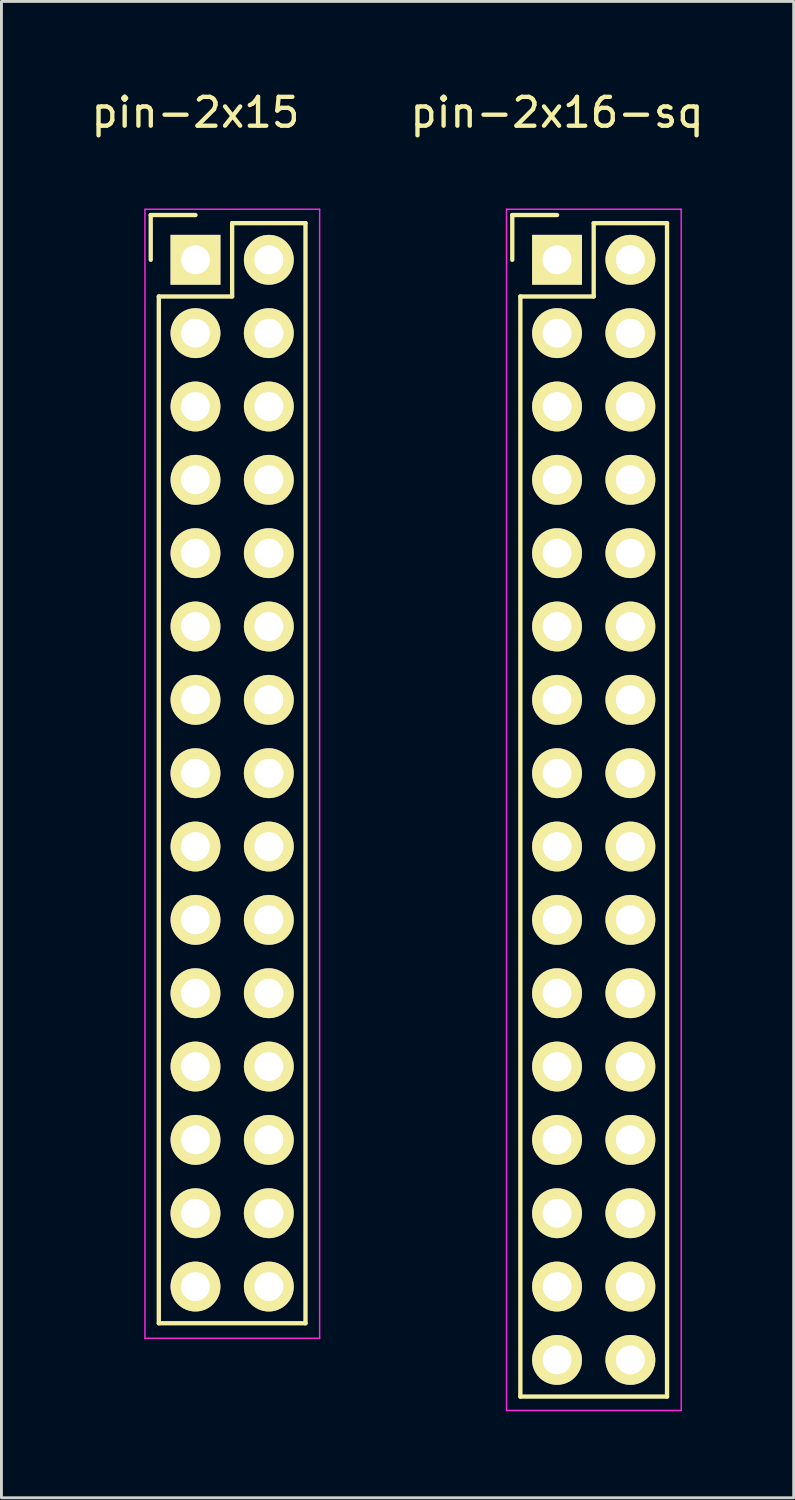
<source format=kicad_pcb>
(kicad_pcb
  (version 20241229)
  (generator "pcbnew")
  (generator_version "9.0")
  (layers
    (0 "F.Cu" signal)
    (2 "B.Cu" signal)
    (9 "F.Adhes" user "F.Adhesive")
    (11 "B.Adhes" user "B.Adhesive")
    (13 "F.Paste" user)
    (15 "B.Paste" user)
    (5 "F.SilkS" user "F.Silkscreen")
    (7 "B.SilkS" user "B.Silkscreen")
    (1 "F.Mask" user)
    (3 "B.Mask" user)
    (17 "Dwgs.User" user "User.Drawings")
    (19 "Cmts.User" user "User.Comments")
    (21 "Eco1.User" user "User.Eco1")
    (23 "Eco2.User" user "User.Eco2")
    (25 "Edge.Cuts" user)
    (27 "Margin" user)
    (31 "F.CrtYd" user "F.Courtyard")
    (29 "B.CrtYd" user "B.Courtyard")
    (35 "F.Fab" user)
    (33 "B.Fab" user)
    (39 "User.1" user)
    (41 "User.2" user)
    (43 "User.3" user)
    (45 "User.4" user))
  (footprint "pin-2x15"
    (layer "F.Cu")
    (at 3.72 5.948)
    (property "Reference" "pin-2x15" (at 0 -5.1 0) (layer "F.SilkS") (effects (font (size 1 1) (thickness 0.15))))
    (attr through_hole)
    (fp_line (start -1.55 -1.55) (end -1.55 0) (stroke (width 0.15) (type solid)) (layer "F.SilkS"))
    (fp_line (start -1.27 1.27) (end -1.27 36.83) (stroke (width 0.15) (type solid)) (layer "F.SilkS"))
    (fp_line (start 0 -1.55) (end -1.55 -1.55) (stroke (width 0.15) (type solid)) (layer "F.SilkS"))
    (fp_line (start 1.27 -1.27) (end 1.27 1.27) (stroke (width 0.15) (type solid)) (layer "F.SilkS"))
    (fp_line (start 1.27 1.27) (end -1.27 1.27) (stroke (width 0.15) (type solid)) (layer "F.SilkS"))
    (fp_line (start 3.81 -1.27) (end 1.27 -1.27) (stroke (width 0.15) (type solid)) (layer "F.SilkS"))
    (fp_line (start 3.81 36.83) (end -1.27 36.83) (stroke (width 0.15) (type solid)) (layer "F.SilkS"))
    (fp_line (start 3.81 36.83) (end 3.81 -1.27) (stroke (width 0.15) (type solid)) (layer "F.SilkS"))
    (fp_line (start -1.75 -1.75) (end -1.75 37.35) (stroke (width 0.05) (type solid)) (layer "F.CrtYd"))
    (fp_line (start -1.75 -1.75) (end 4.3 -1.75) (stroke (width 0.05) (type solid)) (layer "F.CrtYd"))
    (fp_line (start -1.75 37.35) (end 4.3 37.35) (stroke (width 0.05) (type solid)) (layer "F.CrtYd"))
    (fp_line (start 4.3 -1.75) (end 4.3 37.35) (stroke (width 0.05) (type solid)) (layer "F.CrtYd"))
    (pad "1" thru_hole rect (at 0 0) (size 1.727 1.727) (drill 1) (layers "*.Cu" "*.Mask" "F.SilkS"))
    (pad "2" thru_hole oval (at 2.54 0) (size 1.727 1.727) (drill 1) (layers "*.Cu" "*.Mask" "F.SilkS"))
    (pad "3" thru_hole oval (at 0 2.54) (size 1.727 1.727) (drill 1) (layers "*.Cu" "*.Mask" "F.SilkS"))
    (pad "4" thru_hole oval (at 2.54 2.54) (size 1.727 1.727) (drill 1) (layers "*.Cu" "*.Mask" "F.SilkS"))
    (pad "5" thru_hole oval (at 0 5.08) (size 1.727 1.727) (drill 1) (layers "*.Cu" "*.Mask" "F.SilkS"))
    (pad "6" thru_hole oval (at 2.54 5.08) (size 1.727 1.727) (drill 1) (layers "*.Cu" "*.Mask" "F.SilkS"))
    (pad "7" thru_hole oval (at 0 7.62) (size 1.727 1.727) (drill 1) (layers "*.Cu" "*.Mask" "F.SilkS"))
    (pad "8" thru_hole oval (at 2.54 7.62) (size 1.727 1.727) (drill 1) (layers "*.Cu" "*.Mask" "F.SilkS"))
    (pad "9" thru_hole oval (at 0 10.16) (size 1.727 1.727) (drill 1) (layers "*.Cu" "*.Mask" "F.SilkS"))
    (pad "10" thru_hole oval (at 2.54 10.16) (size 1.727 1.727) (drill 1) (layers "*.Cu" "*.Mask" "F.SilkS"))
    (pad "11" thru_hole oval (at 0 12.7) (size 1.727 1.727) (drill 1) (layers "*.Cu" "*.Mask" "F.SilkS"))
    (pad "12" thru_hole oval (at 2.54 12.7) (size 1.727 1.727) (drill 1) (layers "*.Cu" "*.Mask" "F.SilkS"))
    (pad "13" thru_hole oval (at 0 15.24) (size 1.727 1.727) (drill 1) (layers "*.Cu" "*.Mask" "F.SilkS"))
    (pad "14" thru_hole oval (at 2.54 15.24) (size 1.727 1.727) (drill 1) (layers "*.Cu" "*.Mask" "F.SilkS"))
    (pad "15" thru_hole oval (at 0 17.78) (size 1.727 1.727) (drill 1) (layers "*.Cu" "*.Mask" "F.SilkS"))
    (pad "16" thru_hole oval (at 2.54 17.78) (size 1.727 1.727) (drill 1) (layers "*.Cu" "*.Mask" "F.SilkS"))
    (pad "17" thru_hole oval (at 0 20.32) (size 1.727 1.727) (drill 1) (layers "*.Cu" "*.Mask" "F.SilkS"))
    (pad "18" thru_hole oval (at 2.54 20.32) (size 1.727 1.727) (drill 1) (layers "*.Cu" "*.Mask" "F.SilkS"))
    (pad "19" thru_hole oval (at 0 22.86) (size 1.727 1.727) (drill 1) (layers "*.Cu" "*.Mask" "F.SilkS"))
    (pad "20" thru_hole oval (at 2.54 22.86) (size 1.727 1.727) (drill 1) (layers "*.Cu" "*.Mask" "F.SilkS"))
    (pad "21" thru_hole oval (at 0 25.4) (size 1.727 1.727) (drill 1) (layers "*.Cu" "*.Mask" "F.SilkS"))
    (pad "22" thru_hole oval (at 2.54 25.4) (size 1.727 1.727) (drill 1) (layers "*.Cu" "*.Mask" "F.SilkS"))
    (pad "23" thru_hole oval (at 0 27.94) (size 1.727 1.727) (drill 1) (layers "*.Cu" "*.Mask" "F.SilkS"))
    (pad "24" thru_hole oval (at 2.54 27.94) (size 1.727 1.727) (drill 1) (layers "*.Cu" "*.Mask" "F.SilkS"))
    (pad "25" thru_hole oval (at 0 30.48) (size 1.727 1.727) (drill 1) (layers "*.Cu" "*.Mask" "F.SilkS"))
    (pad "26" thru_hole oval (at 2.54 30.48) (size 1.727 1.727) (drill 1) (layers "*.Cu" "*.Mask" "F.SilkS"))
    (pad "27" thru_hole oval (at 0 33.02) (size 1.727 1.727) (drill 1) (layers "*.Cu" "*.Mask" "F.SilkS"))
    (pad "28" thru_hole oval (at 2.54 33.02) (size 1.727 1.727) (drill 1) (layers "*.Cu" "*.Mask" "F.SilkS"))
    (pad "29" thru_hole oval (at 0 35.56) (size 1.727 1.727) (drill 1) (layers "*.Cu" "*.Mask" "F.SilkS"))
    (pad "30" thru_hole oval (at 2.54 35.56) (size 1.727 1.727) (drill 1) (layers "*.Cu" "*.Mask" "F.SilkS")))
  (footprint "pin-2x16-sq"
    (layer "F.Cu")
    (at 16.242 5.948)
    (property "Reference" "pin-2x16-sq" (at 0 -5.1 0) (layer "F.SilkS") (effects (font (size 1 1) (thickness 0.15))))
    (attr through_hole)
    (fp_line (start -1.55 -1.55) (end -1.55 0) (stroke (width 0.15) (type solid)) (layer "F.SilkS"))
    (fp_line (start -1.27 1.27) (end -1.27 39.37) (stroke (width 0.15) (type solid)) (layer "F.SilkS"))
    (fp_line (start 0 -1.55) (end -1.55 -1.55) (stroke (width 0.15) (type solid)) (layer "F.SilkS"))
    (fp_line (start 1.27 -1.27) (end 1.27 1.27) (stroke (width 0.15) (type solid)) (layer "F.SilkS"))
    (fp_line (start 1.27 1.27) (end -1.27 1.27) (stroke (width 0.15) (type solid)) (layer "F.SilkS"))
    (fp_line (start 3.81 -1.27) (end 1.27 -1.27) (stroke (width 0.15) (type solid)) (layer "F.SilkS"))
    (fp_line (start 3.81 39.37) (end -1.27 39.37) (stroke (width 0.15) (type solid)) (layer "F.SilkS"))
    (fp_line (start 3.81 39.37) (end 3.81 -1.27) (stroke (width 0.15) (type solid)) (layer "F.SilkS"))
    (fp_line (start -1.75 -1.75) (end -1.75 39.85) (stroke (width 0.05) (type solid)) (layer "F.CrtYd"))
    (fp_line (start -1.75 -1.75) (end 4.3 -1.75) (stroke (width 0.05) (type solid)) (layer "F.CrtYd"))
    (fp_line (start -1.75 39.85) (end 4.3 39.85) (stroke (width 0.05) (type solid)) (layer "F.CrtYd"))
    (fp_line (start 4.3 -1.75) (end 4.3 39.85) (stroke (width 0.05) (type solid)) (layer "F.CrtYd"))
    (pad "1" thru_hole rect (at 0 0) (size 1.727 1.727) (drill 1) (layers "*.Cu" "*.Mask" "F.SilkS"))
    (pad "2" thru_hole oval (at 2.54 0) (size 1.727 1.727) (drill 1) (layers "*.Cu" "*.Mask" "F.SilkS"))
    (pad "3" thru_hole oval (at 0 2.54) (size 1.727 1.727) (drill 1) (layers "*.Cu" "*.Mask" "F.SilkS"))
    (pad "4" thru_hole oval (at 2.54 2.54) (size 1.727 1.727) (drill 1) (layers "*.Cu" "*.Mask" "F.SilkS"))
    (pad "5" thru_hole oval (at 0 5.08) (size 1.727 1.727) (drill 1) (layers "*.Cu" "*.Mask" "F.SilkS"))
    (pad "6" thru_hole oval (at 2.54 5.08) (size 1.727 1.727) (drill 1) (layers "*.Cu" "*.Mask" "F.SilkS"))
    (pad "7" thru_hole oval (at 0 7.62) (size 1.727 1.727) (drill 1) (layers "*.Cu" "*.Mask" "F.SilkS"))
    (pad "8" thru_hole oval (at 2.54 7.62) (size 1.727 1.727) (drill 1) (layers "*.Cu" "*.Mask" "F.SilkS"))
    (pad "9" thru_hole oval (at 0 10.16) (size 1.727 1.727) (drill 1) (layers "*.Cu" "*.Mask" "F.SilkS"))
    (pad "10" thru_hole oval (at 2.54 10.16) (size 1.727 1.727) (drill 1) (layers "*.Cu" "*.Mask" "F.SilkS"))
    (pad "11" thru_hole oval (at 0 12.7) (size 1.727 1.727) (drill 1) (layers "*.Cu" "*.Mask" "F.SilkS"))
    (pad "12" thru_hole oval (at 2.54 12.7) (size 1.727 1.727) (drill 1) (layers "*.Cu" "*.Mask" "F.SilkS"))
    (pad "13" thru_hole oval (at 0 15.24) (size 1.727 1.727) (drill 1) (layers "*.Cu" "*.Mask" "F.SilkS"))
    (pad "14" thru_hole oval (at 2.54 15.24) (size 1.727 1.727) (drill 1) (layers "*.Cu" "*.Mask" "F.SilkS"))
    (pad "15" thru_hole oval (at 0 17.78) (size 1.727 1.727) (drill 1) (layers "*.Cu" "*.Mask" "F.SilkS"))
    (pad "16" thru_hole oval (at 2.54 17.78) (size 1.727 1.727) (drill 1) (layers "*.Cu" "*.Mask" "F.SilkS"))
    (pad "17" thru_hole oval (at 0 20.32) (size 1.727 1.727) (drill 1) (layers "*.Cu" "*.Mask" "F.SilkS"))
    (pad "18" thru_hole oval (at 2.54 20.32) (size 1.727 1.727) (drill 1) (layers "*.Cu" "*.Mask" "F.SilkS"))
    (pad "19" thru_hole oval (at 0 22.86) (size 1.727 1.727) (drill 1) (layers "*.Cu" "*.Mask" "F.SilkS"))
    (pad "20" thru_hole oval (at 2.54 22.86) (size 1.727 1.727) (drill 1) (layers "*.Cu" "*.Mask" "F.SilkS"))
    (pad "21" thru_hole oval (at 0 25.4) (size 1.727 1.727) (drill 1) (layers "*.Cu" "*.Mask" "F.SilkS"))
    (pad "22" thru_hole oval (at 2.54 25.4) (size 1.727 1.727) (drill 1) (layers "*.Cu" "*.Mask" "F.SilkS"))
    (pad "23" thru_hole oval (at 0 27.94) (size 1.727 1.727) (drill 1) (layers "*.Cu" "*.Mask" "F.SilkS"))
    (pad "24" thru_hole oval (at 2.54 27.94) (size 1.727 1.727) (drill 1) (layers "*.Cu" "*.Mask" "F.SilkS"))
    (pad "25" thru_hole oval (at 0 30.48) (size 1.727 1.727) (drill 1) (layers "*.Cu" "*.Mask" "F.SilkS"))
    (pad "26" thru_hole oval (at 2.54 30.48) (size 1.727 1.727) (drill 1) (layers "*.Cu" "*.Mask" "F.SilkS"))
    (pad "27" thru_hole oval (at 0 33.02) (size 1.727 1.727) (drill 1) (layers "*.Cu" "*.Mask" "F.SilkS"))
    (pad "28" thru_hole oval (at 2.54 33.02) (size 1.727 1.727) (drill 1) (layers "*.Cu" "*.Mask" "F.SilkS"))
    (pad "29" thru_hole oval (at 0 35.56) (size 1.727 1.727) (drill 1) (layers "*.Cu" "*.Mask" "F.SilkS"))
    (pad "30" thru_hole oval (at 2.54 35.56) (size 1.727 1.727) (drill 1) (layers "*.Cu" "*.Mask" "F.SilkS"))
    (pad "31" thru_hole oval (at 0 38.1) (size 1.727 1.727) (drill 1) (layers "*.Cu" "*.Mask" "F.SilkS"))
    (pad "32" thru_hole oval (at 2.54 38.1) (size 1.727 1.727) (drill 1) (layers "*.Cu" "*.Mask" "F.SilkS")))
  (gr_rect
    (start -3 -3)
    (end 24.438 48.823)
    (stroke (width 0.1) (type default))
    (fill no)
    (layer "Edge.Cuts")))
</source>
